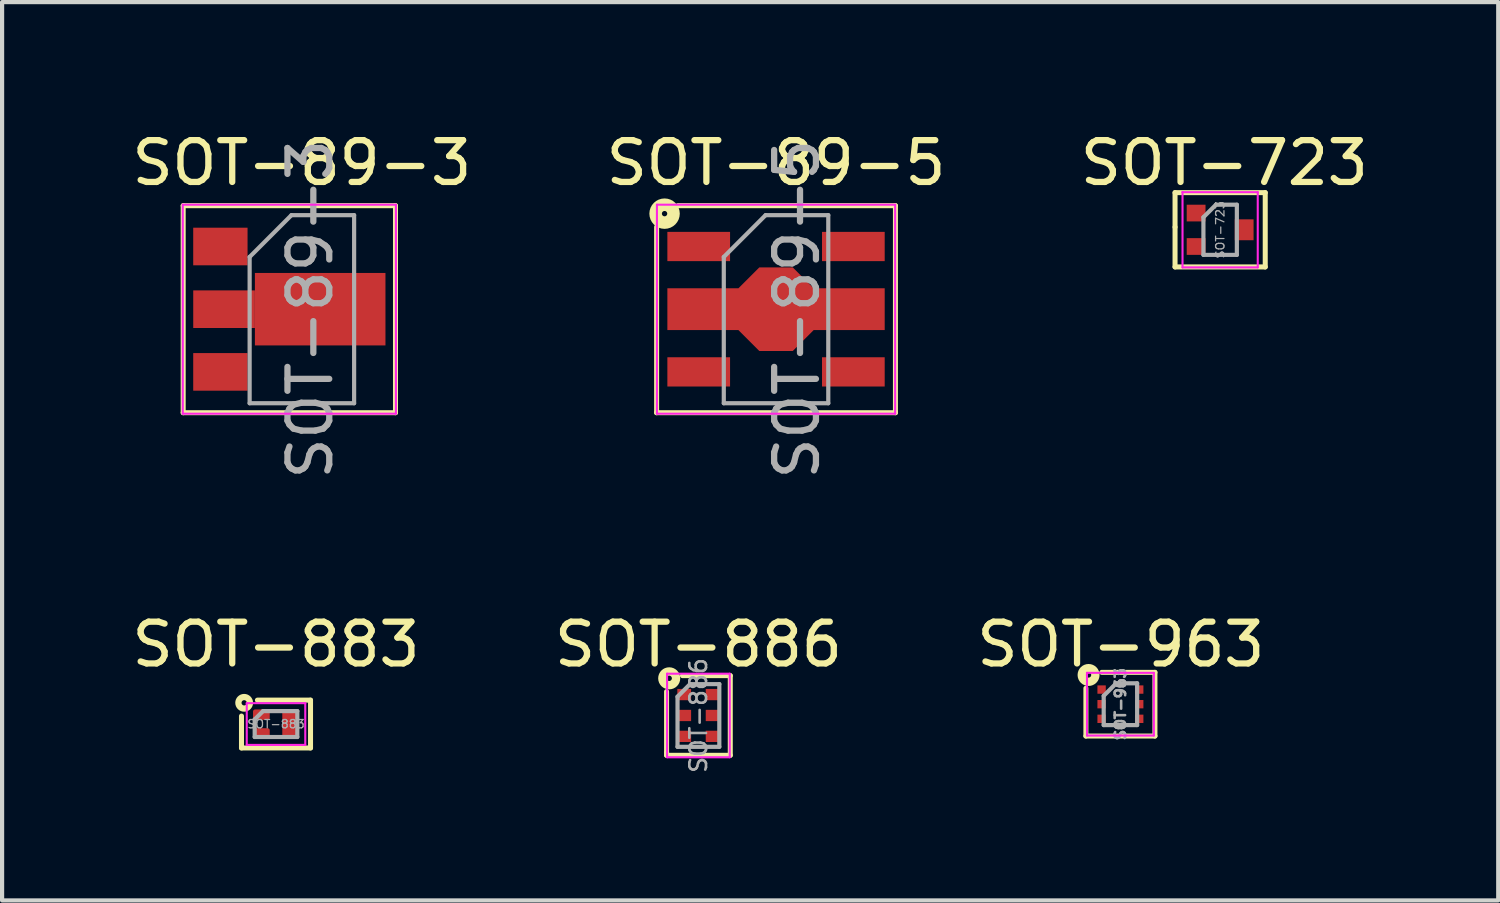
<source format=kicad_pcb>
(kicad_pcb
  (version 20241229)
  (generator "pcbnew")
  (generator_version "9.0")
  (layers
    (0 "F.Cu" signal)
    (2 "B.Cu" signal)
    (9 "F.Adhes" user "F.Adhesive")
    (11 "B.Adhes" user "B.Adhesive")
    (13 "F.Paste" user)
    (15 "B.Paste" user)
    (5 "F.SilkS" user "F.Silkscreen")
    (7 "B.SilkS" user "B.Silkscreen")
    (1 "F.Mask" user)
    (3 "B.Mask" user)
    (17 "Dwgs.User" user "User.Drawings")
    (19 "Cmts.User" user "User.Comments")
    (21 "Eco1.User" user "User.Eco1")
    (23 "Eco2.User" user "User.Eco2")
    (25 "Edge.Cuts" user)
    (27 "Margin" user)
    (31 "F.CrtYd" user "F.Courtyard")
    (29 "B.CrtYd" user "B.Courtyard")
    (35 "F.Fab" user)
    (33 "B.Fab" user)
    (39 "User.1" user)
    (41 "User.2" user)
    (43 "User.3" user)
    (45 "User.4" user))
  (footprint "SOT-89-3"
    (layer "F.Cu")
    (at 3.873 4.348)
    (property "Reference" "SOT-89-3" (at 0.3 -3.5 0) (layer "F.SilkS") (effects (font (size 1 1) (thickness 0.15))))
    (attr smd)
    (fp_line (start -2.54 -2.477) (end -2.54 2.477) (stroke (width 0.12) (type solid)) (layer "F.SilkS"))
    (fp_line (start -2.54 2.477) (end 2.54 2.477) (stroke (width 0.12) (type solid)) (layer "F.SilkS"))
    (fp_line (start 2.54 -2.477) (end -2.54 -2.477) (stroke (width 0.12) (type solid)) (layer "F.SilkS"))
    (fp_line (start 2.54 2.477) (end 2.54 -2.477) (stroke (width 0.12) (type solid)) (layer "F.SilkS"))
    (fp_line (start -2.55 2.5) (end -2.55 -2.5) (stroke (width 0.05) (type solid)) (layer "F.CrtYd"))
    (fp_line (start -2.55 2.5) (end 2.55 2.5) (stroke (width 0.05) (type solid)) (layer "F.CrtYd"))
    (fp_line (start 2.55 -2.5) (end -2.55 -2.5) (stroke (width 0.05) (type solid)) (layer "F.CrtYd"))
    (fp_line (start 2.55 -2.5) (end 2.55 2.5) (stroke (width 0.05) (type solid)) (layer "F.CrtYd"))
    (fp_line (start -0.95 -1.25) (end 0.05 -2.25) (stroke (width 0.1) (type solid)) (layer "F.Fab"))
    (fp_line (start -0.95 2.25) (end -0.95 -1.25) (stroke (width 0.1) (type solid)) (layer "F.Fab"))
    (fp_line (start 0.05 -2.25) (end 1.55 -2.25) (stroke (width 0.1) (type solid)) (layer "F.Fab"))
    (fp_line (start 1.55 -2.25) (end 1.55 2.25) (stroke (width 0.1) (type solid)) (layer "F.Fab"))
    (fp_line (start 1.55 2.25) (end -0.95 2.25) (stroke (width 0.1) (type solid)) (layer "F.Fab"))
    (fp_text user "${REFERENCE}" (at 0.5 0 90) (layer "F.Fab") (effects (font (size 1 1) (thickness 0.15))))
    (pad "1" smd rect (at -1.65 -1.5) (size 1.3 0.9) (layers "F.Cu" "F.Mask" "F.Paste"))
    (pad "2" smd custom (at -1.562 0) (size 1.475 0.9) (layers "F.Cu" "F.Mask" "F.Paste") (options (anchor rect)) (primitives (gr_poly (pts (xy 3.862 0.867) (xy 0.738 0.867) (xy 0.738 -0.867) (xy 3.862 -0.867)) (width 0) (fill yes))))
    (pad "3" smd rect (at -1.65 1.5) (size 1.3 0.9) (layers "F.Cu" "F.Mask" "F.Paste")))
  (footprint "SOT-883"
    (layer "F.Cu")
    (at 3.554 14.274)
    (property "Reference" "SOT-883" (at 0 -1.905 0) (layer "F.SilkS") (effects (font (size 1 1) (thickness 0.15))))
    (attr smd)
    (fp_line (start -0.826 -0.191) (end -0.826 0.572) (stroke (width 0.12) (type solid)) (layer "F.SilkS"))
    (fp_line (start -0.826 0.572) (end 0.826 0.572) (stroke (width 0.12) (type solid)) (layer "F.SilkS"))
    (fp_line (start 0.826 -0.572) (end -0.445 -0.572) (stroke (width 0.12) (type solid)) (layer "F.SilkS"))
    (fp_line (start 0.826 0.572) (end 0.826 -0.572) (stroke (width 0.12) (type solid)) (layer "F.SilkS"))
    (fp_circle (center -0.762 -0.508) (end -0.699 -0.508) (stroke (width 0.15) (type solid)) (fill no) (layer "F.SilkS"))
    (fp_line (start -0.7 -0.5) (end 0.7 -0.5) (stroke (width 0.05) (type solid)) (layer "F.CrtYd"))
    (fp_line (start -0.7 0.5) (end -0.7 -0.5) (stroke (width 0.05) (type solid)) (layer "F.CrtYd"))
    (fp_line (start 0.7 -0.5) (end 0.7 0.5) (stroke (width 0.05) (type solid)) (layer "F.CrtYd"))
    (fp_line (start 0.7 0.5) (end -0.7 0.5) (stroke (width 0.05) (type solid)) (layer "F.CrtYd"))
    (fp_line (start -0.51 0.31) (end -0.51 -0.11) (stroke (width 0.1) (type solid)) (layer "F.Fab"))
    (fp_line (start -0.31 -0.31) (end -0.51 -0.11) (stroke (width 0.1) (type solid)) (layer "F.Fab"))
    (fp_line (start -0.31 -0.31) (end 0.51 -0.31) (stroke (width 0.1) (type solid)) (layer "F.Fab"))
    (fp_line (start 0.51 -0.31) (end 0.51 0.31) (stroke (width 0.1) (type solid)) (layer "F.Fab"))
    (fp_line (start 0.51 0.31) (end -0.51 0.31) (stroke (width 0.1) (type solid)) (layer "F.Fab"))
    (fp_text user "${REFERENCE}" (at 0 0 0) (layer "F.Fab") (effects (font (size 0.2 0.2) (thickness 0.03))))
    (pad "1" smd roundrect (at -0.35 -0.225) (size 0.4 0.25) (layers "F.Cu" "F.Mask" "F.Paste") (roundrect_rratio 0.2))
    (pad "2" smd roundrect (at -0.35 0.225) (size 0.4 0.25) (layers "F.Cu" "F.Mask" "F.Paste") (roundrect_rratio 0.2))
    (pad "3" smd roundrect (at 0.35 0) (size 0.4 0.7) (layers "F.Cu" "F.Mask" "F.Paste") (roundrect_rratio 0.125)))
  (footprint "SOT-963"
    (layer "F.Cu")
    (at 23.758 13.799)
    (property "Reference" "SOT-963" (at 0.01 -1.43 0) (layer "F.SilkS") (effects (font (size 1 1) (thickness 0.15))))
    (attr smd)
    (fp_line (start -0.826 -0.381) (end -0.826 0.762) (stroke (width 0.12) (type solid)) (layer "F.SilkS"))
    (fp_line (start -0.826 0.762) (end 0.826 0.762) (stroke (width 0.12) (type solid)) (layer "F.SilkS"))
    (fp_line (start 0.826 -0.762) (end -0.445 -0.762) (stroke (width 0.12) (type solid)) (layer "F.SilkS"))
    (fp_line (start 0.826 0.762) (end 0.826 -0.762) (stroke (width 0.12) (type solid)) (layer "F.SilkS"))
    (fp_circle (center -0.762 -0.699) (end -0.699 -0.699) (stroke (width 0.2) (type solid)) (fill no) (layer "F.SilkS"))
    (fp_line (start -0.8 -0.75) (end 0.8 -0.75) (stroke (width 0.05) (type solid)) (layer "F.CrtYd"))
    (fp_line (start -0.8 0.75) (end -0.8 -0.75) (stroke (width 0.05) (type solid)) (layer "F.CrtYd"))
    (fp_line (start 0.8 -0.75) (end 0.8 0.75) (stroke (width 0.05) (type solid)) (layer "F.CrtYd"))
    (fp_line (start 0.8 0.75) (end -0.8 0.75) (stroke (width 0.05) (type solid)) (layer "F.CrtYd"))
    (fp_line (start -0.4 -0.2) (end -0.1 -0.5) (stroke (width 0.1) (type solid)) (layer "F.Fab"))
    (fp_line (start -0.4 0.5) (end -0.4 -0.2) (stroke (width 0.1) (type solid)) (layer "F.Fab"))
    (fp_line (start -0.1 -0.5) (end 0.4 -0.5) (stroke (width 0.1) (type solid)) (layer "F.Fab"))
    (fp_line (start 0.4 -0.5) (end 0.4 0.5) (stroke (width 0.1) (type solid)) (layer "F.Fab"))
    (fp_line (start 0.4 0.5) (end -0.4 0.5) (stroke (width 0.1) (type solid)) (layer "F.Fab"))
    (fp_text user "${REFERENCE}" (at 0 0 90) (layer "F.Fab") (effects (font (size 0.25 0.25) (thickness 0.062))))
    (pad "1" smd rect (at -0.45 -0.35) (size 0.2 0.2) (layers "F.Cu" "F.Mask" "F.Paste"))
    (pad "2" smd rect (at -0.45 0) (size 0.2 0.2) (layers "F.Cu" "F.Mask" "F.Paste"))
    (pad "3" smd rect (at -0.45 0.35) (size 0.2 0.2) (layers "F.Cu" "F.Mask" "F.Paste"))
    (pad "4" smd rect (at 0.45 0.35) (size 0.2 0.2) (layers "F.Cu" "F.Mask" "F.Paste"))
    (pad "5" smd rect (at 0.45 0) (size 0.2 0.2) (layers "F.Cu" "F.Mask" "F.Paste"))
    (pad "6" smd rect (at 0.45 -0.35) (size 0.2 0.2) (layers "F.Cu" "F.Mask" "F.Paste")))
  (footprint "SOT-89-5"
    (layer "F.Cu")
    (at 15.518 4.348)
    (property "Reference" "SOT-89-5" (at 0 -3.5 0) (layer "F.SilkS") (effects (font (size 1 1) (thickness 0.15))))
    (attr smd)
    (fp_line (start -2.857 -1.968) (end -2.857 2.477) (stroke (width 0.12) (type solid)) (layer "F.SilkS"))
    (fp_line (start -2.857 2.477) (end 2.857 2.477) (stroke (width 0.12) (type solid)) (layer "F.SilkS"))
    (fp_line (start 2.857 -2.477) (end -2.349 -2.477) (stroke (width 0.12) (type solid)) (layer "F.SilkS"))
    (fp_line (start 2.857 2.477) (end 2.857 -2.477) (stroke (width 0.12) (type solid)) (layer "F.SilkS"))
    (fp_circle (center -2.667 -2.286) (end -2.603 -2.286) (stroke (width 0.3) (type solid)) (fill no) (layer "F.SilkS"))
    (fp_line (start -2.85 2.5) (end -2.85 -2.5) (stroke (width 0.05) (type solid)) (layer "F.CrtYd"))
    (fp_line (start -2.85 2.5) (end 2.85 2.5) (stroke (width 0.05) (type solid)) (layer "F.CrtYd"))
    (fp_line (start 2.85 -2.5) (end -2.85 -2.5) (stroke (width 0.05) (type solid)) (layer "F.CrtYd"))
    (fp_line (start 2.85 -2.5) (end 2.85 2.5) (stroke (width 0.05) (type solid)) (layer "F.CrtYd"))
    (fp_line (start -1.25 -1.25) (end -0.25 -2.25) (stroke (width 0.1) (type solid)) (layer "F.Fab"))
    (fp_line (start -1.25 2.25) (end -1.25 -1.25) (stroke (width 0.1) (type solid)) (layer "F.Fab"))
    (fp_line (start -0.25 -2.25) (end 1.25 -2.25) (stroke (width 0.1) (type solid)) (layer "F.Fab"))
    (fp_line (start 1.25 -2.25) (end 1.25 2.25) (stroke (width 0.1) (type solid)) (layer "F.Fab"))
    (fp_line (start 1.25 2.25) (end -1.25 2.25) (stroke (width 0.1) (type solid)) (layer "F.Fab"))
    (fp_text user "${REFERENCE}" (at 0.5 0 90) (layer "F.Fab") (effects (font (size 1 1) (thickness 0.15))))
    (pad "1" smd rect (at -1.85 -1.5) (size 1.5 0.7) (layers "F.Cu" "F.Mask" "F.Paste"))
    (pad "2" smd custom (at 0 0) (size 0.8 2) (layers "F.Cu" "F.Mask" "F.Paste") (options (anchor rect)) (primitives (gr_poly (pts (xy 0.9 -0.5) (xy 2.6 -0.5) (xy 2.6 0.5) (xy 0.9 0.5) (xy 0.4 1) (xy -0.4 1) (xy -0.9 0.5) (xy -2.6 0.5) (xy -2.6 -0.5) (xy -0.9 -0.5) (xy -0.4 -1) (xy 0.4 -1)) (width 0) (fill yes))))
    (pad "3" smd rect (at -1.85 1.5) (size 1.5 0.7) (layers "F.Cu" "F.Mask" "F.Paste"))
    (pad "4" smd rect (at 1.85 1.5) (size 1.5 0.7) (layers "F.Cu" "F.Mask" "F.Paste"))
    (pad "5" smd rect (at 1.85 -1.5) (size 1.5 0.7) (layers "F.Cu" "F.Mask" "F.Paste")))
  (footprint "SOT-886"
    (layer "F.Cu")
    (at 13.661 14.069)
    (property "Reference" "SOT-886" (at 0 -1.7 180) (layer "F.SilkS") (effects (font (size 1 1) (thickness 0.15))))
    (attr smd)
    (fp_line (start -0.762 -0.572) (end -0.762 0.889) (stroke (width 0.12) (type solid)) (layer "F.SilkS"))
    (fp_line (start -0.762 0.889) (end -0.762 0.953) (stroke (width 0.12) (type solid)) (layer "F.SilkS"))
    (fp_line (start -0.762 0.953) (end 0.762 0.953) (stroke (width 0.12) (type solid)) (layer "F.SilkS"))
    (fp_line (start 0.762 -0.953) (end -0.381 -0.953) (stroke (width 0.12) (type solid)) (layer "F.SilkS"))
    (fp_line (start 0.762 0.953) (end 0.762 -0.953) (stroke (width 0.12) (type solid)) (layer "F.SilkS"))
    (fp_circle (center -0.699 -0.889) (end -0.635 -0.889) (stroke (width 0.2) (type solid)) (fill no) (layer "F.SilkS"))
    (fp_line (start -0.75 -1) (end -0.75 1) (stroke (width 0.05) (type solid)) (layer "F.CrtYd"))
    (fp_line (start -0.75 -1) (end 0.75 -1) (stroke (width 0.05) (type solid)) (layer "F.CrtYd"))
    (fp_line (start 0.75 1) (end -0.75 1) (stroke (width 0.05) (type solid)) (layer "F.CrtYd"))
    (fp_line (start 0.75 1) (end 0.75 -1) (stroke (width 0.05) (type solid)) (layer "F.CrtYd"))
    (fp_line (start -0.5 -0.45) (end -0.5 0.75) (stroke (width 0.1) (type solid)) (layer "F.Fab"))
    (fp_line (start -0.5 0.75) (end 0.5 0.75) (stroke (width 0.1) (type solid)) (layer "F.Fab"))
    (fp_line (start -0.2 -0.75) (end -0.5 -0.45) (stroke (width 0.1) (type solid)) (layer "F.Fab"))
    (fp_line (start 0.5 -0.75) (end -0.2 -0.75) (stroke (width 0.1) (type solid)) (layer "F.Fab"))
    (fp_line (start 0.5 0.75) (end 0.5 -0.75) (stroke (width 0.1) (type solid)) (layer "F.Fab"))
    (fp_text user "${REFERENCE}" (at 0 0 90) (layer "F.Fab") (effects (font (size 0.4 0.4) (thickness 0.062))))
    (pad "1" smd rect (at -0.34 -0.5) (size 0.33 0.27) (layers "F.Cu" "F.Mask" "F.Paste"))
    (pad "2" smd rect (at -0.34 0) (size 0.33 0.27) (layers "F.Cu" "F.Mask" "F.Paste"))
    (pad "3" smd rect (at -0.34 0.5) (size 0.33 0.27) (layers "F.Cu" "F.Mask" "F.Paste"))
    (pad "4" smd rect (at 0.34 0.5) (size 0.33 0.27) (layers "F.Cu" "F.Mask" "F.Paste"))
    (pad "5" smd rect (at 0.34 0) (size 0.33 0.27) (layers "F.Cu" "F.Mask" "F.Paste"))
    (pad "6" smd rect (at 0.34 -0.5) (size 0.33 0.27) (layers "F.Cu" "F.Mask" "F.Paste")))
  (footprint "SOT-723"
    (layer "F.Cu")
    (at 26.144 2.448)
    (property "Reference" "SOT-723" (at 0.1 -1.6 0) (layer "F.SilkS") (effects (font (size 1 1) (thickness 0.15))))
    (attr smd)
    (fp_line (start -1.079 -0.889) (end -1.079 -0.064) (stroke (width 0.12) (type solid)) (layer "F.SilkS"))
    (fp_line (start -1.079 -0.064) (end -1.079 0.889) (stroke (width 0.12) (type solid)) (layer "F.SilkS"))
    (fp_line (start -1.079 0.889) (end 1.079 0.889) (stroke (width 0.12) (type solid)) (layer "F.SilkS"))
    (fp_line (start 1.079 -0.889) (end -1.079 -0.889) (stroke (width 0.12) (type solid)) (layer "F.SilkS"))
    (fp_line (start 1.079 0.889) (end 1.079 -0.889) (stroke (width 0.12) (type solid)) (layer "F.SilkS"))
    (fp_line (start -0.9 -0.9) (end -0.9 -0.9) (stroke (width 0.05) (type solid)) (layer "F.CrtYd"))
    (fp_line (start -0.9 -0.9) (end 0.9 -0.9) (stroke (width 0.05) (type solid)) (layer "F.CrtYd"))
    (fp_line (start -0.9 0.9) (end -0.9 -0.9) (stroke (width 0.05) (type solid)) (layer "F.CrtYd"))
    (fp_line (start 0.9 -0.9) (end 0.9 0.9) (stroke (width 0.05) (type solid)) (layer "F.CrtYd"))
    (fp_line (start 0.9 0.9) (end -0.9 0.9) (stroke (width 0.05) (type solid)) (layer "F.CrtYd"))
    (fp_line (start -0.4 -0.3) (end -0.1 -0.6) (stroke (width 0.1) (type solid)) (layer "F.Fab"))
    (fp_line (start -0.4 0.6) (end -0.4 -0.3) (stroke (width 0.1) (type solid)) (layer "F.Fab"))
    (fp_line (start -0.1 -0.6) (end 0.4 -0.6) (stroke (width 0.1) (type solid)) (layer "F.Fab"))
    (fp_line (start 0.4 -0.6) (end 0.4 0.6) (stroke (width 0.1) (type solid)) (layer "F.Fab"))
    (fp_line (start 0.4 0.6) (end -0.4 0.6) (stroke (width 0.1) (type solid)) (layer "F.Fab"))
    (fp_text user "${REFERENCE}" (at 0 0 90) (layer "F.Fab") (effects (font (size 0.2 0.2) (thickness 0.03))))
    (pad "1" smd rect (at -0.575 -0.4) (size 0.45 0.4) (layers "F.Cu" "F.Mask" "F.Paste"))
    (pad "2" smd rect (at -0.575 0.4) (size 0.45 0.4) (layers "F.Cu" "F.Mask" "F.Paste"))
    (pad "3" smd rect (at 0.575 0) (size 0.45 0.5) (layers "F.Cu" "F.Mask" "F.Paste")))
  (gr_rect
    (start -3 -3)
    (end 32.798 18.494)
    (stroke (width 0.1) (type default))
    (fill no)
    (layer "Edge.Cuts")))
</source>
